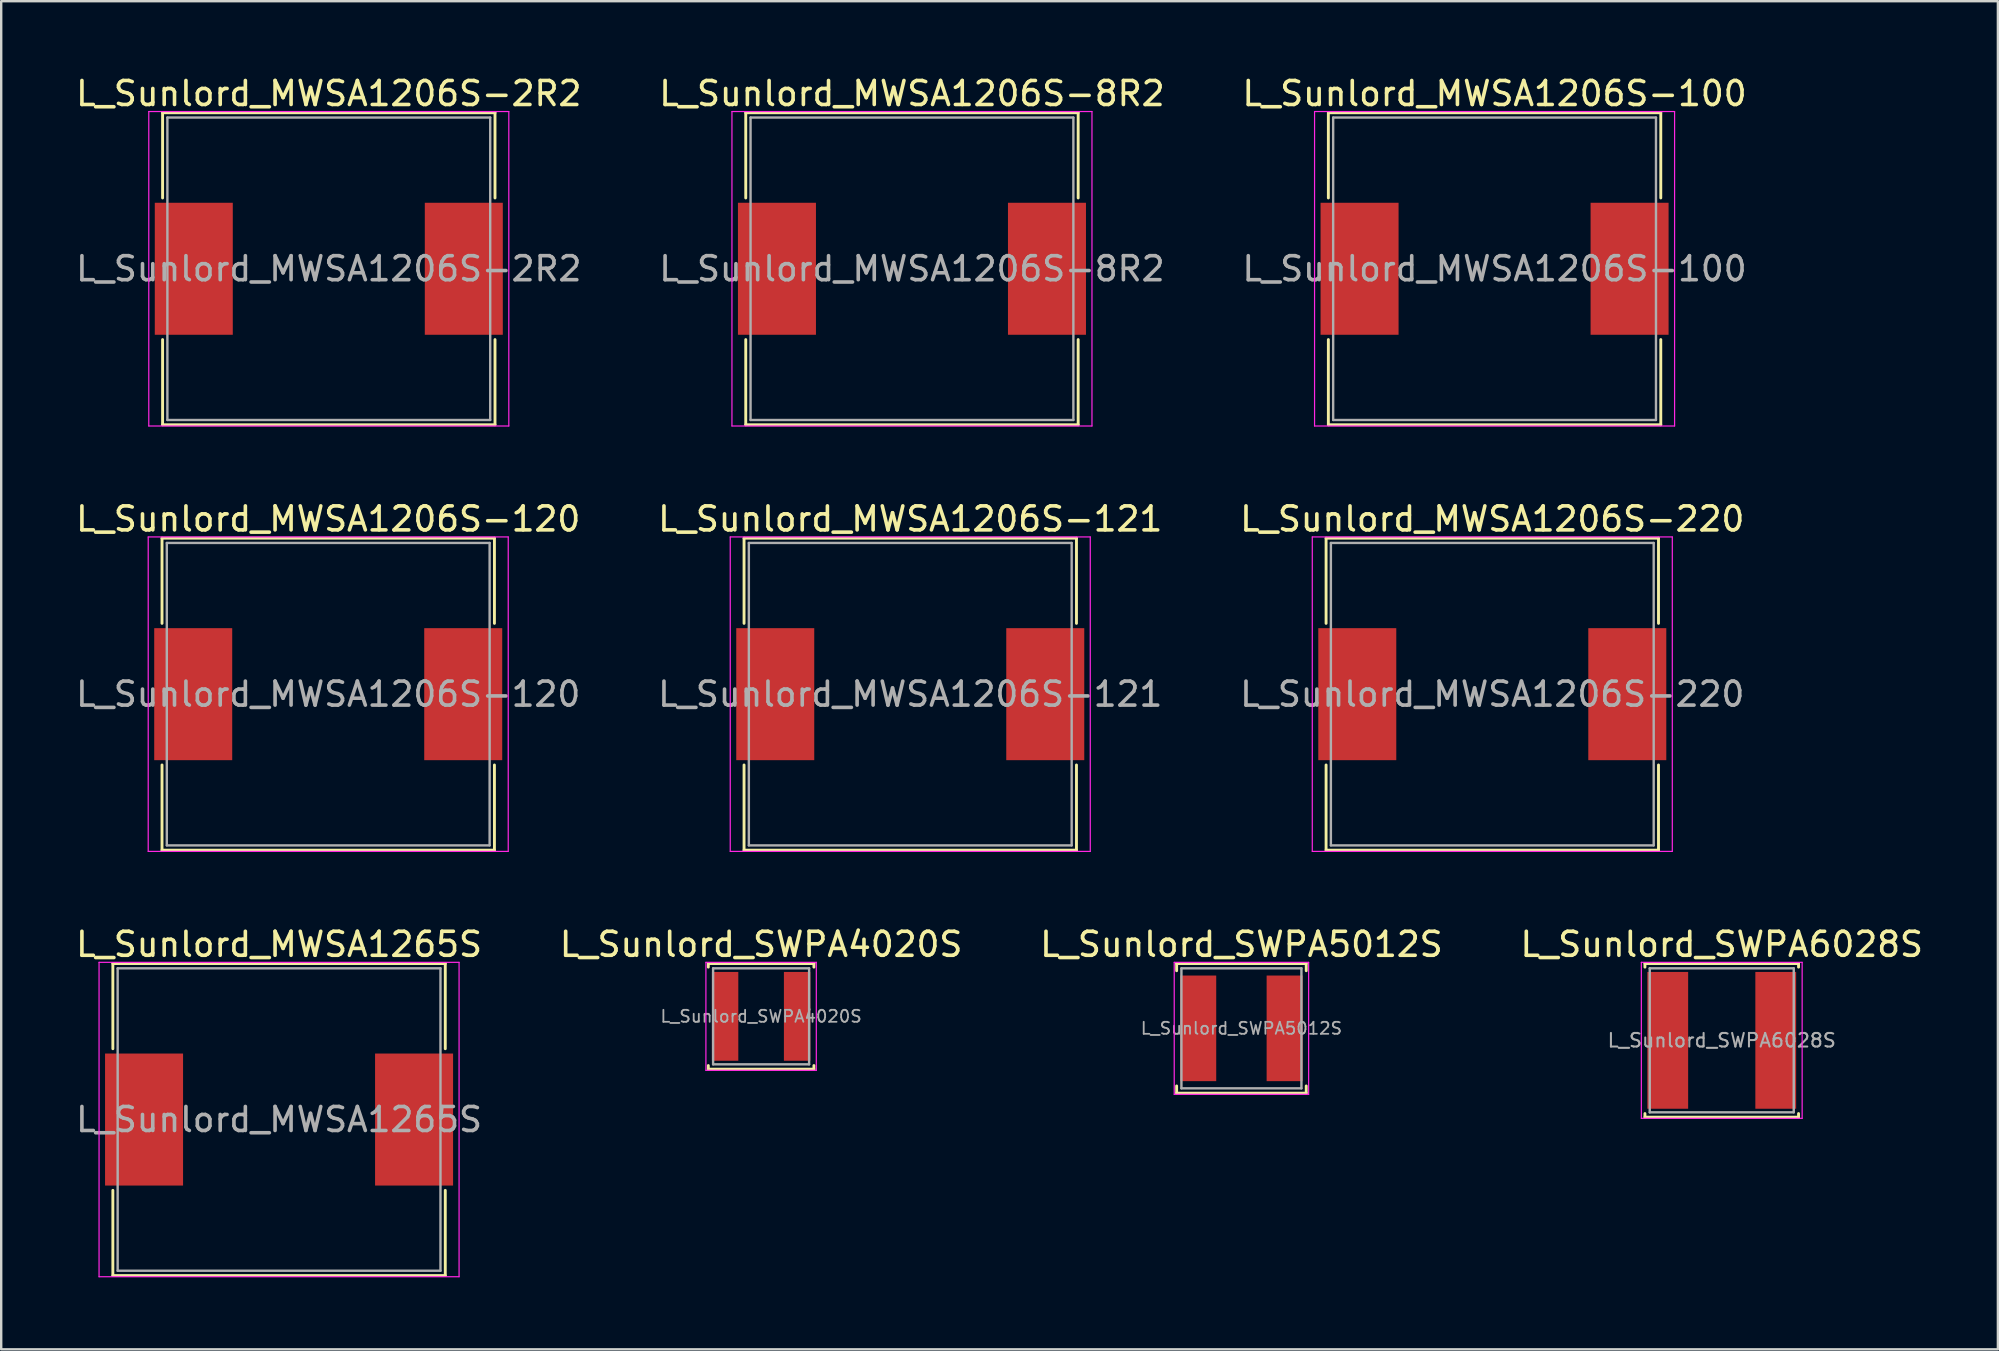
<source format=kicad_pcb>
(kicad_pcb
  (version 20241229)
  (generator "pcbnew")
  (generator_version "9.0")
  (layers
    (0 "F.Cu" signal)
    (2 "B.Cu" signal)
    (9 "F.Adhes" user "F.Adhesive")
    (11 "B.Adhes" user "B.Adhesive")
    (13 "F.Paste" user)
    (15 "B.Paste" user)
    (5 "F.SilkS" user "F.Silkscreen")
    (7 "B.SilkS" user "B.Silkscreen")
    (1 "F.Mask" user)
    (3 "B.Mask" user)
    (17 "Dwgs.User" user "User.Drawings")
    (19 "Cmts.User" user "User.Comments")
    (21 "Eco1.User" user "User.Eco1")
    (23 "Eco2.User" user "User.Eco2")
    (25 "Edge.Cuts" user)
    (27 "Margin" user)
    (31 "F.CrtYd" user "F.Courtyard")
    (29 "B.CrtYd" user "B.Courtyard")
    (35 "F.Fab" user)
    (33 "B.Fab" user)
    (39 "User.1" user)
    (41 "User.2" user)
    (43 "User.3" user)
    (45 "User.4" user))
  (footprint "L_Sunlord_MWSA1206S-120"
    (layer "F.Cu")
    (at 10.625 25.872)
    (property "Reference" "L_Sunlord_MWSA1206S-120" (at 0 -7.3 0) (layer "F.SilkS") (effects (font (size 1 1) (thickness 0.15))))
    (attr smd)
    (fp_line (start -6.925 -6.5) (end -6.925 -2.95) (stroke (width 0.12) (type solid)) (layer "F.SilkS"))
    (fp_line (start -6.925 -6.5) (end 6.925 -6.5) (stroke (width 0.12) (type solid)) (layer "F.SilkS"))
    (fp_line (start -6.925 6.5) (end -6.925 2.95) (stroke (width 0.12) (type solid)) (layer "F.SilkS"))
    (fp_line (start -6.925 6.5) (end 6.925 6.5) (stroke (width 0.12) (type solid)) (layer "F.SilkS"))
    (fp_line (start 6.925 -6.5) (end 6.925 -2.95) (stroke (width 0.12) (type solid)) (layer "F.SilkS"))
    (fp_line (start 6.925 6.5) (end 6.925 2.95) (stroke (width 0.12) (type solid)) (layer "F.SilkS"))
    (fp_line (start -7.5 -6.55) (end -7.5 6.55) (stroke (width 0.05) (type solid)) (layer "F.CrtYd"))
    (fp_line (start -7.5 6.55) (end 7.5 6.55) (stroke (width 0.05) (type solid)) (layer "F.CrtYd"))
    (fp_line (start 7.5 -6.55) (end -7.5 -6.55) (stroke (width 0.05) (type solid)) (layer "F.CrtYd"))
    (fp_line (start 7.5 6.55) (end 7.5 -6.55) (stroke (width 0.05) (type solid)) (layer "F.CrtYd"))
    (fp_line (start -6.725 -6.3) (end -6.725 6.3) (stroke (width 0.1) (type solid)) (layer "F.Fab"))
    (fp_line (start -6.725 6.3) (end 6.725 6.3) (stroke (width 0.1) (type solid)) (layer "F.Fab"))
    (fp_line (start 6.725 -6.3) (end -6.725 -6.3) (stroke (width 0.1) (type solid)) (layer "F.Fab"))
    (fp_line (start 6.725 6.3) (end 6.725 -6.3) (stroke (width 0.1) (type solid)) (layer "F.Fab"))
    (fp_text user "${REFERENCE}" (at 0 0 0) (layer "F.Fab") (effects (font (size 1 1) (thickness 0.15))))
    (pad "1" smd rect (at -5.625 0) (size 3.25 5.5) (layers "F.Cu" "F.Mask" "F.Paste"))
    (pad "2" smd rect (at 5.625 0) (size 3.25 5.5) (layers "F.Cu" "F.Mask" "F.Paste")))
  (footprint "L_Sunlord_MWSA1265S"
    (layer "F.Cu")
    (at 8.577 43.595)
    (property "Reference" "L_Sunlord_MWSA1265S" (at 0 -7.3 0) (layer "F.SilkS") (effects (font (size 1 1) (thickness 0.15))))
    (attr smd)
    (fp_line (start -6.925 -6.5) (end -6.925 -2.95) (stroke (width 0.12) (type solid)) (layer "F.SilkS"))
    (fp_line (start -6.925 -6.5) (end 6.925 -6.5) (stroke (width 0.12) (type solid)) (layer "F.SilkS"))
    (fp_line (start -6.925 6.5) (end -6.925 2.95) (stroke (width 0.12) (type solid)) (layer "F.SilkS"))
    (fp_line (start -6.925 6.5) (end 6.925 6.5) (stroke (width 0.12) (type solid)) (layer "F.SilkS"))
    (fp_line (start 6.925 -6.5) (end 6.925 -2.95) (stroke (width 0.12) (type solid)) (layer "F.SilkS"))
    (fp_line (start 6.925 6.5) (end 6.925 2.95) (stroke (width 0.12) (type solid)) (layer "F.SilkS"))
    (fp_line (start -7.5 -6.55) (end -7.5 6.55) (stroke (width 0.05) (type solid)) (layer "F.CrtYd"))
    (fp_line (start -7.5 6.55) (end 7.5 6.55) (stroke (width 0.05) (type solid)) (layer "F.CrtYd"))
    (fp_line (start 7.5 -6.55) (end -7.5 -6.55) (stroke (width 0.05) (type solid)) (layer "F.CrtYd"))
    (fp_line (start 7.5 6.55) (end 7.5 -6.55) (stroke (width 0.05) (type solid)) (layer "F.CrtYd"))
    (fp_line (start -6.725 -6.3) (end -6.725 6.3) (stroke (width 0.1) (type solid)) (layer "F.Fab"))
    (fp_line (start -6.725 6.3) (end 6.725 6.3) (stroke (width 0.1) (type solid)) (layer "F.Fab"))
    (fp_line (start 6.725 -6.3) (end -6.725 -6.3) (stroke (width 0.1) (type solid)) (layer "F.Fab"))
    (fp_line (start 6.725 6.3) (end 6.725 -6.3) (stroke (width 0.1) (type solid)) (layer "F.Fab"))
    (fp_text user "${REFERENCE}" (at 0 0 0) (layer "F.Fab") (effects (font (size 1 1) (thickness 0.15))))
    (pad "1" smd rect (at -5.625 0) (size 3.25 5.5) (layers "F.Cu" "F.Mask" "F.Paste"))
    (pad "2" smd rect (at 5.625 0) (size 3.25 5.5) (layers "F.Cu" "F.Mask" "F.Paste")))
  (footprint "L_Sunlord_MWSA1206S-121"
    (layer "F.Cu")
    (at 34.875 25.872)
    (property "Reference" "L_Sunlord_MWSA1206S-121" (at 0 -7.3 0) (layer "F.SilkS") (effects (font (size 1 1) (thickness 0.15))))
    (attr smd)
    (fp_line (start -6.925 -6.5) (end -6.925 -2.95) (stroke (width 0.12) (type solid)) (layer "F.SilkS"))
    (fp_line (start -6.925 -6.5) (end 6.925 -6.5) (stroke (width 0.12) (type solid)) (layer "F.SilkS"))
    (fp_line (start -6.925 6.5) (end -6.925 2.95) (stroke (width 0.12) (type solid)) (layer "F.SilkS"))
    (fp_line (start -6.925 6.5) (end 6.925 6.5) (stroke (width 0.12) (type solid)) (layer "F.SilkS"))
    (fp_line (start 6.925 -6.5) (end 6.925 -2.95) (stroke (width 0.12) (type solid)) (layer "F.SilkS"))
    (fp_line (start 6.925 6.5) (end 6.925 2.95) (stroke (width 0.12) (type solid)) (layer "F.SilkS"))
    (fp_line (start -7.5 -6.55) (end -7.5 6.55) (stroke (width 0.05) (type solid)) (layer "F.CrtYd"))
    (fp_line (start -7.5 6.55) (end 7.5 6.55) (stroke (width 0.05) (type solid)) (layer "F.CrtYd"))
    (fp_line (start 7.5 -6.55) (end -7.5 -6.55) (stroke (width 0.05) (type solid)) (layer "F.CrtYd"))
    (fp_line (start 7.5 6.55) (end 7.5 -6.55) (stroke (width 0.05) (type solid)) (layer "F.CrtYd"))
    (fp_line (start -6.725 -6.3) (end -6.725 6.3) (stroke (width 0.1) (type solid)) (layer "F.Fab"))
    (fp_line (start -6.725 6.3) (end 6.725 6.3) (stroke (width 0.1) (type solid)) (layer "F.Fab"))
    (fp_line (start 6.725 -6.3) (end -6.725 -6.3) (stroke (width 0.1) (type solid)) (layer "F.Fab"))
    (fp_line (start 6.725 6.3) (end 6.725 -6.3) (stroke (width 0.1) (type solid)) (layer "F.Fab"))
    (fp_text user "${REFERENCE}" (at 0 0 0) (layer "F.Fab") (effects (font (size 1 1) (thickness 0.15))))
    (pad "1" smd rect (at -5.625 0) (size 3.25 5.5) (layers "F.Cu" "F.Mask" "F.Paste"))
    (pad "2" smd rect (at 5.625 0) (size 3.25 5.5) (layers "F.Cu" "F.Mask" "F.Paste")))
  (footprint "L_Sunlord_SWPA4020S"
    (layer "F.Cu")
    (at 28.661 39.295)
    (property "Reference" "L_Sunlord_SWPA4020S" (at 0 -3 0) (layer "F.SilkS") (effects (font (size 1 1) (thickness 0.15))))
    (attr smd)
    (fp_line (start -2.2 -2.2) (end -2.2 -2.05) (stroke (width 0.12) (type solid)) (layer "F.SilkS"))
    (fp_line (start -2.2 -2.2) (end 2.2 -2.2) (stroke (width 0.12) (type solid)) (layer "F.SilkS"))
    (fp_line (start -2.2 2.2) (end -2.2 2.05) (stroke (width 0.12) (type solid)) (layer "F.SilkS"))
    (fp_line (start -2.2 2.2) (end 2.2 2.2) (stroke (width 0.12) (type solid)) (layer "F.SilkS"))
    (fp_line (start 2.2 -2.2) (end 2.2 -2.05) (stroke (width 0.12) (type solid)) (layer "F.SilkS"))
    (fp_line (start 2.2 2.2) (end 2.2 2.05) (stroke (width 0.12) (type solid)) (layer "F.SilkS"))
    (fp_line (start -2.3 -2.25) (end -2.3 2.25) (stroke (width 0.05) (type solid)) (layer "F.CrtYd"))
    (fp_line (start -2.3 2.25) (end 2.3 2.25) (stroke (width 0.05) (type solid)) (layer "F.CrtYd"))
    (fp_line (start 2.3 -2.25) (end -2.3 -2.25) (stroke (width 0.05) (type solid)) (layer "F.CrtYd"))
    (fp_line (start 2.3 2.25) (end 2.3 -2.25) (stroke (width 0.05) (type solid)) (layer "F.CrtYd"))
    (fp_line (start -2 -2) (end -2 2) (stroke (width 0.1) (type solid)) (layer "F.Fab"))
    (fp_line (start -2 2) (end 2 2) (stroke (width 0.1) (type solid)) (layer "F.Fab"))
    (fp_line (start 2 -2) (end -2 -2) (stroke (width 0.1) (type solid)) (layer "F.Fab"))
    (fp_line (start 2 2) (end 2 -2) (stroke (width 0.1) (type solid)) (layer "F.Fab"))
    (fp_text user "${REFERENCE}" (at 0 0 0) (layer "F.Fab") (effects (font (size 0.5 0.5) (thickness 0.075))))
    (pad "1" smd rect (at -1.5 0) (size 1.1 3.7) (layers "F.Cu" "F.Mask" "F.Paste"))
    (pad "2" smd rect (at 1.5 0) (size 1.1 3.7) (layers "F.Cu" "F.Mask" "F.Paste")))
  (footprint "L_Sunlord_MWSA1206S-8R2"
    (layer "F.Cu")
    (at 34.946 8.148)
    (property "Reference" "L_Sunlord_MWSA1206S-8R2" (at 0 -7.3 0) (layer "F.SilkS") (effects (font (size 1 1) (thickness 0.15))))
    (attr smd)
    (fp_line (start -6.925 -6.5) (end -6.925 -2.95) (stroke (width 0.12) (type solid)) (layer "F.SilkS"))
    (fp_line (start -6.925 -6.5) (end 6.925 -6.5) (stroke (width 0.12) (type solid)) (layer "F.SilkS"))
    (fp_line (start -6.925 6.5) (end -6.925 2.95) (stroke (width 0.12) (type solid)) (layer "F.SilkS"))
    (fp_line (start -6.925 6.5) (end 6.925 6.5) (stroke (width 0.12) (type solid)) (layer "F.SilkS"))
    (fp_line (start 6.925 -6.5) (end 6.925 -2.95) (stroke (width 0.12) (type solid)) (layer "F.SilkS"))
    (fp_line (start 6.925 6.5) (end 6.925 2.95) (stroke (width 0.12) (type solid)) (layer "F.SilkS"))
    (fp_line (start -7.5 -6.55) (end -7.5 6.55) (stroke (width 0.05) (type solid)) (layer "F.CrtYd"))
    (fp_line (start -7.5 6.55) (end 7.5 6.55) (stroke (width 0.05) (type solid)) (layer "F.CrtYd"))
    (fp_line (start 7.5 -6.55) (end -7.5 -6.55) (stroke (width 0.05) (type solid)) (layer "F.CrtYd"))
    (fp_line (start 7.5 6.55) (end 7.5 -6.55) (stroke (width 0.05) (type solid)) (layer "F.CrtYd"))
    (fp_line (start -6.725 -6.3) (end -6.725 6.3) (stroke (width 0.1) (type solid)) (layer "F.Fab"))
    (fp_line (start -6.725 6.3) (end 6.725 6.3) (stroke (width 0.1) (type solid)) (layer "F.Fab"))
    (fp_line (start 6.725 -6.3) (end -6.725 -6.3) (stroke (width 0.1) (type solid)) (layer "F.Fab"))
    (fp_line (start 6.725 6.3) (end 6.725 -6.3) (stroke (width 0.1) (type solid)) (layer "F.Fab"))
    (fp_text user "${REFERENCE}" (at 0 0 0) (layer "F.Fab") (effects (font (size 1 1) (thickness 0.15))))
    (pad "1" smd rect (at -5.625 0) (size 3.25 5.5) (layers "F.Cu" "F.Mask" "F.Paste"))
    (pad "2" smd rect (at 5.625 0) (size 3.25 5.5) (layers "F.Cu" "F.Mask" "F.Paste")))
  (footprint "L_Sunlord_MWSA1206S-2R2"
    (layer "F.Cu")
    (at 10.649 8.148)
    (property "Reference" "L_Sunlord_MWSA1206S-2R2" (at 0 -7.3 0) (layer "F.SilkS") (effects (font (size 1 1) (thickness 0.15))))
    (attr smd)
    (fp_line (start -6.925 -6.5) (end -6.925 -2.95) (stroke (width 0.12) (type solid)) (layer "F.SilkS"))
    (fp_line (start -6.925 -6.5) (end 6.925 -6.5) (stroke (width 0.12) (type solid)) (layer "F.SilkS"))
    (fp_line (start -6.925 6.5) (end -6.925 2.95) (stroke (width 0.12) (type solid)) (layer "F.SilkS"))
    (fp_line (start -6.925 6.5) (end 6.925 6.5) (stroke (width 0.12) (type solid)) (layer "F.SilkS"))
    (fp_line (start 6.925 -6.5) (end 6.925 -2.95) (stroke (width 0.12) (type solid)) (layer "F.SilkS"))
    (fp_line (start 6.925 6.5) (end 6.925 2.95) (stroke (width 0.12) (type solid)) (layer "F.SilkS"))
    (fp_line (start -7.5 -6.55) (end -7.5 6.55) (stroke (width 0.05) (type solid)) (layer "F.CrtYd"))
    (fp_line (start -7.5 6.55) (end 7.5 6.55) (stroke (width 0.05) (type solid)) (layer "F.CrtYd"))
    (fp_line (start 7.5 -6.55) (end -7.5 -6.55) (stroke (width 0.05) (type solid)) (layer "F.CrtYd"))
    (fp_line (start 7.5 6.55) (end 7.5 -6.55) (stroke (width 0.05) (type solid)) (layer "F.CrtYd"))
    (fp_line (start -6.725 -6.3) (end -6.725 6.3) (stroke (width 0.1) (type solid)) (layer "F.Fab"))
    (fp_line (start -6.725 6.3) (end 6.725 6.3) (stroke (width 0.1) (type solid)) (layer "F.Fab"))
    (fp_line (start 6.725 -6.3) (end -6.725 -6.3) (stroke (width 0.1) (type solid)) (layer "F.Fab"))
    (fp_line (start 6.725 6.3) (end 6.725 -6.3) (stroke (width 0.1) (type solid)) (layer "F.Fab"))
    (fp_text user "${REFERENCE}" (at 0 0 0) (layer "F.Fab") (effects (font (size 1 1) (thickness 0.15))))
    (pad "1" smd rect (at -5.625 0) (size 3.25 5.5) (layers "F.Cu" "F.Mask" "F.Paste"))
    (pad "2" smd rect (at 5.625 0) (size 3.25 5.5) (layers "F.Cu" "F.Mask" "F.Paste")))
  (footprint "L_Sunlord_SWPA5012S"
    (layer "F.Cu")
    (at 48.673 39.795)
    (property "Reference" "L_Sunlord_SWPA5012S" (at 0 -3.5 0) (layer "F.SilkS") (effects (font (size 1 1) (thickness 0.15))))
    (attr smd)
    (fp_line (start -2.7 -2.7) (end -2.7 -2.4) (stroke (width 0.12) (type solid)) (layer "F.SilkS"))
    (fp_line (start -2.7 -2.7) (end 2.7 -2.7) (stroke (width 0.12) (type solid)) (layer "F.SilkS"))
    (fp_line (start -2.7 2.7) (end -2.7 2.4) (stroke (width 0.12) (type solid)) (layer "F.SilkS"))
    (fp_line (start -2.7 2.7) (end 2.7 2.7) (stroke (width 0.12) (type solid)) (layer "F.SilkS"))
    (fp_line (start 2.7 -2.7) (end 2.7 -2.4) (stroke (width 0.12) (type solid)) (layer "F.SilkS"))
    (fp_line (start 2.7 2.7) (end 2.7 2.4) (stroke (width 0.12) (type solid)) (layer "F.SilkS"))
    (fp_line (start -2.8 -2.75) (end -2.8 2.75) (stroke (width 0.05) (type solid)) (layer "F.CrtYd"))
    (fp_line (start -2.8 2.75) (end 2.8 2.75) (stroke (width 0.05) (type solid)) (layer "F.CrtYd"))
    (fp_line (start 2.8 -2.75) (end -2.8 -2.75) (stroke (width 0.05) (type solid)) (layer "F.CrtYd"))
    (fp_line (start 2.8 2.75) (end 2.8 -2.75) (stroke (width 0.05) (type solid)) (layer "F.CrtYd"))
    (fp_line (start -2.5 -2.5) (end -2.5 2.5) (stroke (width 0.1) (type solid)) (layer "F.Fab"))
    (fp_line (start -2.5 2.5) (end 2.5 2.5) (stroke (width 0.1) (type solid)) (layer "F.Fab"))
    (fp_line (start 2.5 -2.5) (end -2.5 -2.5) (stroke (width 0.1) (type solid)) (layer "F.Fab"))
    (fp_line (start 2.5 2.5) (end 2.5 -2.5) (stroke (width 0.1) (type solid)) (layer "F.Fab"))
    (fp_text user "${REFERENCE}" (at 0 0 0) (layer "F.Fab") (effects (font (size 0.5 0.5) (thickness 0.075))))
    (pad "1" smd rect (at -1.8 0) (size 1.5 4.4) (layers "F.Cu" "F.Mask" "F.Paste"))
    (pad "2" smd rect (at 1.8 0) (size 1.5 4.4) (layers "F.Cu" "F.Mask" "F.Paste")))
  (footprint "L_Sunlord_SWPA6028S"
    (layer "F.Cu")
    (at 68.685 40.295)
    (property "Reference" "L_Sunlord_SWPA6028S" (at 0 -4 0) (layer "F.SilkS") (effects (font (size 1 1) (thickness 0.15))))
    (attr smd)
    (fp_line (start -3.2 -3.2) (end -3.2 -3.05) (stroke (width 0.12) (type solid)) (layer "F.SilkS"))
    (fp_line (start -3.2 -3.2) (end 3.2 -3.2) (stroke (width 0.12) (type solid)) (layer "F.SilkS"))
    (fp_line (start -3.2 3.2) (end -3.2 3.05) (stroke (width 0.12) (type solid)) (layer "F.SilkS"))
    (fp_line (start -3.2 3.2) (end 3.2 3.2) (stroke (width 0.12) (type solid)) (layer "F.SilkS"))
    (fp_line (start 3.2 -3.2) (end 3.2 -3.05) (stroke (width 0.12) (type solid)) (layer "F.SilkS"))
    (fp_line (start 3.2 3.2) (end 3.2 3.05) (stroke (width 0.12) (type solid)) (layer "F.SilkS"))
    (fp_line (start -3.35 -3.25) (end -3.35 3.25) (stroke (width 0.05) (type solid)) (layer "F.CrtYd"))
    (fp_line (start -3.35 3.25) (end 3.35 3.25) (stroke (width 0.05) (type solid)) (layer "F.CrtYd"))
    (fp_line (start 3.35 -3.25) (end -3.35 -3.25) (stroke (width 0.05) (type solid)) (layer "F.CrtYd"))
    (fp_line (start 3.35 3.25) (end 3.35 -3.25) (stroke (width 0.05) (type solid)) (layer "F.CrtYd"))
    (fp_line (start -3 -3) (end -3 3) (stroke (width 0.1) (type solid)) (layer "F.Fab"))
    (fp_line (start -3 3) (end 3 3) (stroke (width 0.1) (type solid)) (layer "F.Fab"))
    (fp_line (start 3 -3) (end -3 -3) (stroke (width 0.1) (type solid)) (layer "F.Fab"))
    (fp_line (start 3 3) (end 3 -3) (stroke (width 0.1) (type solid)) (layer "F.Fab"))
    (fp_text user "${REFERENCE}" (at 0 0 0) (layer "F.Fab") (effects (font (size 0.567 0.567) (thickness 0.085))))
    (pad "1" smd rect (at -2.25 0) (size 1.7 5.7) (layers "F.Cu" "F.Mask" "F.Paste"))
    (pad "2" smd rect (at 2.25 0) (size 1.7 5.7) (layers "F.Cu" "F.Mask" "F.Paste")))
  (footprint "L_Sunlord_MWSA1206S-100"
    (layer "F.Cu")
    (at 59.22 8.148)
    (property "Reference" "L_Sunlord_MWSA1206S-100" (at 0 -7.3 0) (layer "F.SilkS") (effects (font (size 1 1) (thickness 0.15))))
    (attr smd)
    (fp_line (start -6.925 -6.5) (end -6.925 -2.95) (stroke (width 0.12) (type solid)) (layer "F.SilkS"))
    (fp_line (start -6.925 -6.5) (end 6.925 -6.5) (stroke (width 0.12) (type solid)) (layer "F.SilkS"))
    (fp_line (start -6.925 6.5) (end -6.925 2.95) (stroke (width 0.12) (type solid)) (layer "F.SilkS"))
    (fp_line (start -6.925 6.5) (end 6.925 6.5) (stroke (width 0.12) (type solid)) (layer "F.SilkS"))
    (fp_line (start 6.925 -6.5) (end 6.925 -2.95) (stroke (width 0.12) (type solid)) (layer "F.SilkS"))
    (fp_line (start 6.925 6.5) (end 6.925 2.95) (stroke (width 0.12) (type solid)) (layer "F.SilkS"))
    (fp_line (start -7.5 -6.55) (end -7.5 6.55) (stroke (width 0.05) (type solid)) (layer "F.CrtYd"))
    (fp_line (start -7.5 6.55) (end 7.5 6.55) (stroke (width 0.05) (type solid)) (layer "F.CrtYd"))
    (fp_line (start 7.5 -6.55) (end -7.5 -6.55) (stroke (width 0.05) (type solid)) (layer "F.CrtYd"))
    (fp_line (start 7.5 6.55) (end 7.5 -6.55) (stroke (width 0.05) (type solid)) (layer "F.CrtYd"))
    (fp_line (start -6.725 -6.3) (end -6.725 6.3) (stroke (width 0.1) (type solid)) (layer "F.Fab"))
    (fp_line (start -6.725 6.3) (end 6.725 6.3) (stroke (width 0.1) (type solid)) (layer "F.Fab"))
    (fp_line (start 6.725 -6.3) (end -6.725 -6.3) (stroke (width 0.1) (type solid)) (layer "F.Fab"))
    (fp_line (start 6.725 6.3) (end 6.725 -6.3) (stroke (width 0.1) (type solid)) (layer "F.Fab"))
    (fp_text user "${REFERENCE}" (at 0 0 0) (layer "F.Fab") (effects (font (size 1 1) (thickness 0.15))))
    (pad "1" smd rect (at -5.625 0) (size 3.25 5.5) (layers "F.Cu" "F.Mask" "F.Paste"))
    (pad "2" smd rect (at 5.625 0) (size 3.25 5.5) (layers "F.Cu" "F.Mask" "F.Paste")))
  (footprint "L_Sunlord_MWSA1206S-220"
    (layer "F.Cu")
    (at 59.125 25.872)
    (property "Reference" "L_Sunlord_MWSA1206S-220" (at 0 -7.3 0) (layer "F.SilkS") (effects (font (size 1 1) (thickness 0.15))))
    (attr smd)
    (fp_line (start -6.925 -6.5) (end -6.925 -2.95) (stroke (width 0.12) (type solid)) (layer "F.SilkS"))
    (fp_line (start -6.925 -6.5) (end 6.925 -6.5) (stroke (width 0.12) (type solid)) (layer "F.SilkS"))
    (fp_line (start -6.925 6.5) (end -6.925 2.95) (stroke (width 0.12) (type solid)) (layer "F.SilkS"))
    (fp_line (start -6.925 6.5) (end 6.925 6.5) (stroke (width 0.12) (type solid)) (layer "F.SilkS"))
    (fp_line (start 6.925 -6.5) (end 6.925 -2.95) (stroke (width 0.12) (type solid)) (layer "F.SilkS"))
    (fp_line (start 6.925 6.5) (end 6.925 2.95) (stroke (width 0.12) (type solid)) (layer "F.SilkS"))
    (fp_line (start -7.5 -6.55) (end -7.5 6.55) (stroke (width 0.05) (type solid)) (layer "F.CrtYd"))
    (fp_line (start -7.5 6.55) (end 7.5 6.55) (stroke (width 0.05) (type solid)) (layer "F.CrtYd"))
    (fp_line (start 7.5 -6.55) (end -7.5 -6.55) (stroke (width 0.05) (type solid)) (layer "F.CrtYd"))
    (fp_line (start 7.5 6.55) (end 7.5 -6.55) (stroke (width 0.05) (type solid)) (layer "F.CrtYd"))
    (fp_line (start -6.725 -6.3) (end -6.725 6.3) (stroke (width 0.1) (type solid)) (layer "F.Fab"))
    (fp_line (start -6.725 6.3) (end 6.725 6.3) (stroke (width 0.1) (type solid)) (layer "F.Fab"))
    (fp_line (start 6.725 -6.3) (end -6.725 -6.3) (stroke (width 0.1) (type solid)) (layer "F.Fab"))
    (fp_line (start 6.725 6.3) (end 6.725 -6.3) (stroke (width 0.1) (type solid)) (layer "F.Fab"))
    (fp_text user "${REFERENCE}" (at 0 0 0) (layer "F.Fab") (effects (font (size 1 1) (thickness 0.15))))
    (pad "1" smd rect (at -5.625 0) (size 3.25 5.5) (layers "F.Cu" "F.Mask" "F.Paste"))
    (pad "2" smd rect (at 5.625 0) (size 3.25 5.5) (layers "F.Cu" "F.Mask" "F.Paste")))
  (gr_rect
    (start -3 -3)
    (end 80.19 53.17)
    (stroke (width 0.1) (type default))
    (fill no)
    (layer "Edge.Cuts")))
</source>
